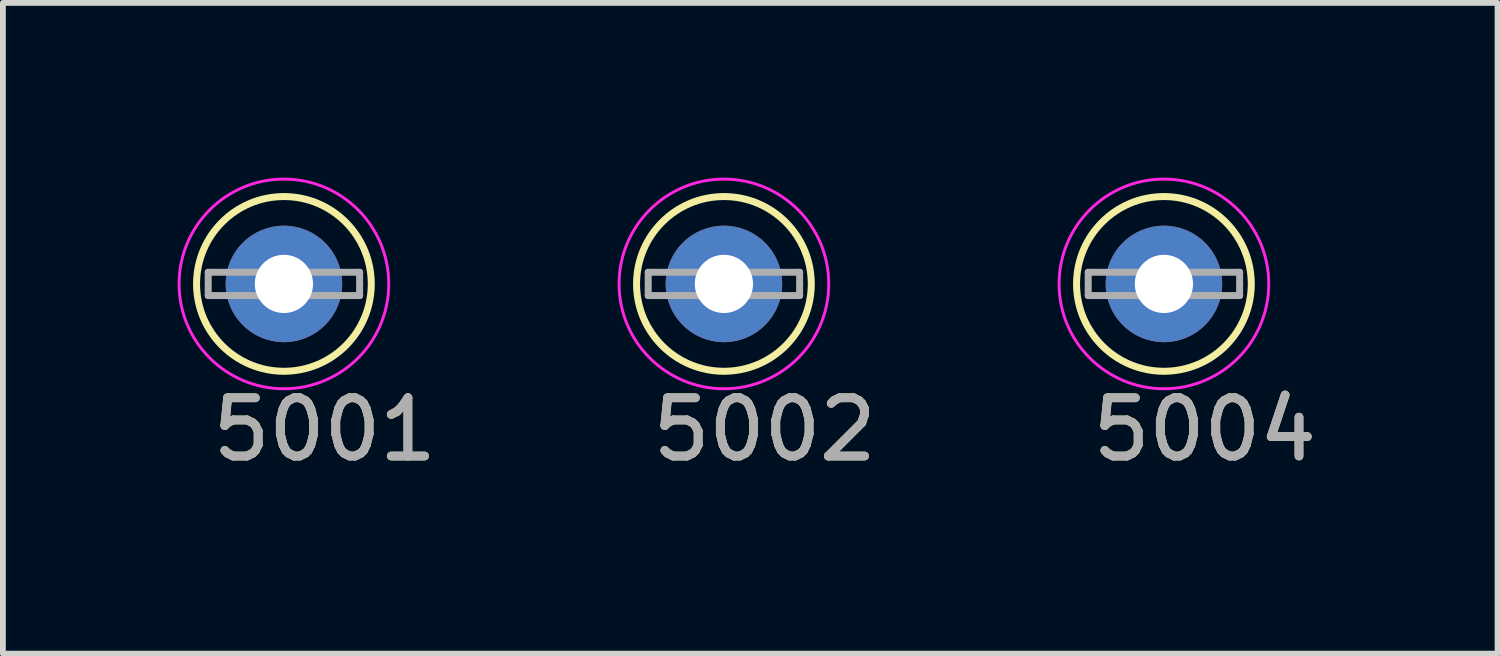
<source format=kicad_pcb>
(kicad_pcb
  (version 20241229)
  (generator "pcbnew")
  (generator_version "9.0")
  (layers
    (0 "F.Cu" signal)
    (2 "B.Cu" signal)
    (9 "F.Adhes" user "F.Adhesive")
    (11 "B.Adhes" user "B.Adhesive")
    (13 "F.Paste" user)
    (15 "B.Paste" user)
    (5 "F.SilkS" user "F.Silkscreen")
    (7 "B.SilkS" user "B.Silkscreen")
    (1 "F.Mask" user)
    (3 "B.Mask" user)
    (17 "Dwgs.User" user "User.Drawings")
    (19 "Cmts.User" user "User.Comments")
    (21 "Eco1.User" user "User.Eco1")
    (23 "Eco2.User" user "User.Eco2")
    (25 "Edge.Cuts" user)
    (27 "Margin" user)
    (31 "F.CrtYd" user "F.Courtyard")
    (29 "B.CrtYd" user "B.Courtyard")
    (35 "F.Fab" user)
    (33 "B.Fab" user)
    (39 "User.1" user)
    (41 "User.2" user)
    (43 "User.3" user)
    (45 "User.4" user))
  (footprint "5002"
    (layer "F.Cu")
    (at 9.38 1.825)
    (property "Reference" "5002" (at 0.7 2.5 0) (layer "F.SilkS") (effects (font (size 1 1) (thickness 0.15))))
    (attr through_hole)
    (fp_circle (center 0 0) (end 1.5 0) (stroke (width 0.12) (type solid)) (fill no) (layer "F.SilkS"))
    (fp_circle (center 0 0) (end 1.8 0) (stroke (width 0.05) (type solid)) (fill no) (layer "F.CrtYd"))
    (fp_line (start -1.3 -0.2) (end -1.3 0.2) (stroke (width 0.12) (type solid)) (layer "F.Fab"))
    (fp_line (start -1.3 0.2) (end 1.3 0.2) (stroke (width 0.12) (type solid)) (layer "F.Fab"))
    (fp_line (start 1.3 -0.2) (end -1.3 -0.2) (stroke (width 0.12) (type solid)) (layer "F.Fab"))
    (fp_line (start 1.3 0.2) (end 1.3 -0.2) (stroke (width 0.12) (type solid)) (layer "F.Fab"))
    (fp_text user "${REFERENCE}" (at 0.7 2.5 0) (layer "F.Fab") (effects (font (size 1 1) (thickness 0.15))))
    (pad "1" thru_hole circle (at 0 0) (size 2 2) (drill 1) (layers "*.Cu" "*.Mask")))
  (footprint "5001"
    (layer "F.Cu")
    (at 1.825 1.825)
    (property "Reference" "5001" (at 0.7 2.5 0) (layer "F.SilkS") (effects (font (size 1 1) (thickness 0.15))))
    (attr through_hole)
    (fp_circle (center 0 0) (end 1.5 0) (stroke (width 0.12) (type solid)) (fill no) (layer "F.SilkS"))
    (fp_circle (center 0 0) (end 1.8 0) (stroke (width 0.05) (type solid)) (fill no) (layer "F.CrtYd"))
    (fp_line (start -1.3 -0.2) (end -1.3 0.2) (stroke (width 0.12) (type solid)) (layer "F.Fab"))
    (fp_line (start -1.3 0.2) (end 1.3 0.2) (stroke (width 0.12) (type solid)) (layer "F.Fab"))
    (fp_line (start 1.3 -0.2) (end -1.3 -0.2) (stroke (width 0.12) (type solid)) (layer "F.Fab"))
    (fp_line (start 1.3 0.2) (end 1.3 -0.2) (stroke (width 0.12) (type solid)) (layer "F.Fab"))
    (fp_text user "${REFERENCE}" (at 0.7 2.5 0) (layer "F.Fab") (effects (font (size 1 1) (thickness 0.15))))
    (pad "1" thru_hole circle (at 0 0) (size 2 2) (drill 1) (layers "*.Cu" "*.Mask")))
  (footprint "5004"
    (layer "F.Cu")
    (at 16.935 1.825)
    (property "Reference" "5004" (at 0.7 2.5 0) (layer "F.SilkS") (effects (font (size 1 1) (thickness 0.15))))
    (attr through_hole)
    (fp_circle (center 0 0) (end 1.5 0) (stroke (width 0.12) (type solid)) (fill no) (layer "F.SilkS"))
    (fp_circle (center 0 0) (end 1.8 0) (stroke (width 0.05) (type solid)) (fill no) (layer "F.CrtYd"))
    (fp_line (start -1.3 -0.2) (end -1.3 0.2) (stroke (width 0.12) (type solid)) (layer "F.Fab"))
    (fp_line (start -1.3 0.2) (end 1.3 0.2) (stroke (width 0.12) (type solid)) (layer "F.Fab"))
    (fp_line (start 1.3 -0.2) (end -1.3 -0.2) (stroke (width 0.12) (type solid)) (layer "F.Fab"))
    (fp_line (start 1.3 0.2) (end 1.3 -0.2) (stroke (width 0.12) (type solid)) (layer "F.Fab"))
    (fp_text user "${REFERENCE}" (at 0.7 2.5 0) (layer "F.Fab") (effects (font (size 1 1) (thickness 0.15))))
    (pad "1" thru_hole circle (at 0 0) (size 2 2) (drill 1) (layers "*.Cu" "*.Mask")))
  (gr_rect
    (start -3 -3)
    (end 22.664 8.173)
    (stroke (width 0.1) (type default))
    (fill no)
    (layer "Edge.Cuts")))
</source>
